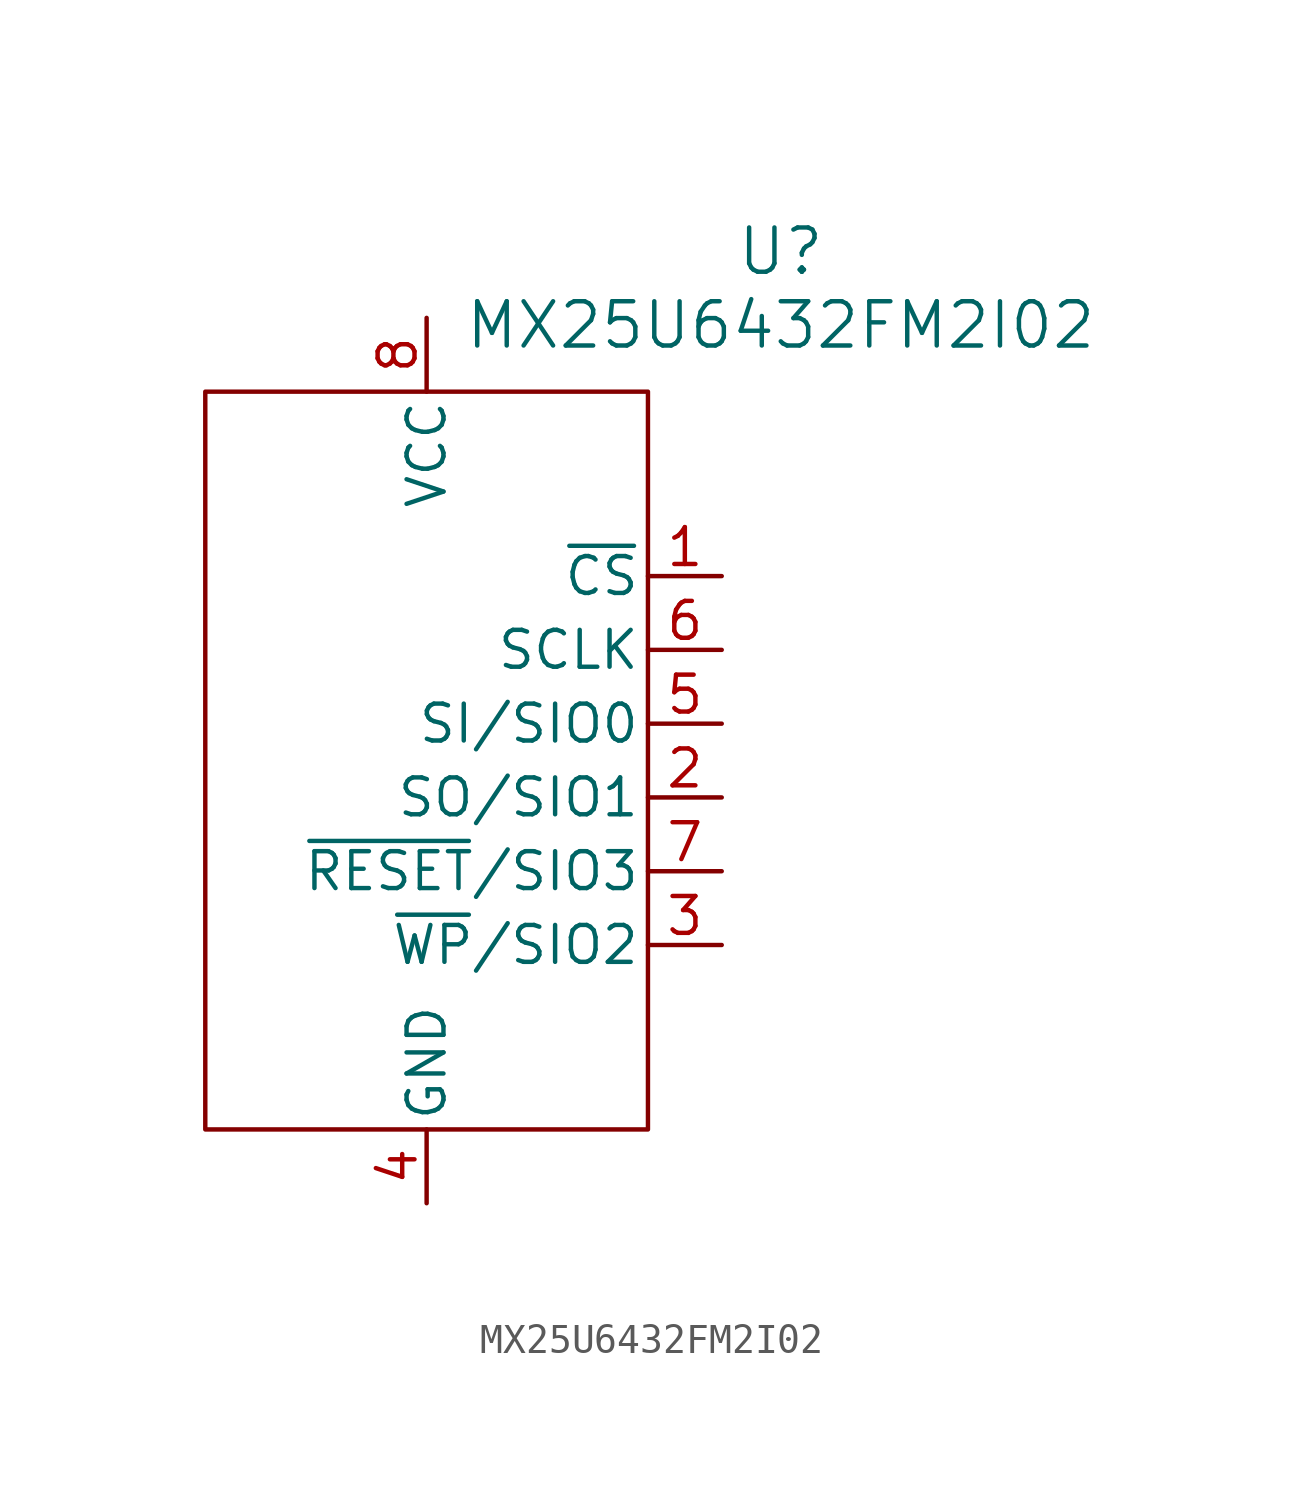
<source format=kicad_sym>
(kicad_symbol_lib
  (version 20231120)
  (generator "kicad_symbol_editor")
  (generator_version "8.0")
  (symbol "MX25U6432FM2I02"
    (pin_names
      (offset 0.254))
    (property "Reference" "U"
      (at 12.192 17.526 0)
      (effects (font (size 1.524 1.524))))
    (property "Value" "MX25U6432FM2I02"
      (at 12.192 14.986 0)
      (effects (font (size 1.524 1.524))))
    (property "ki_locked" ""
      (at 0 0 0)
      (effects (font (size 1.27 1.27))))
    (symbol "MX25U6432FM2I02_0_1"
      (pin bidirectional line (at 10.16 -1.27 180) (length 2.54) (name "SO/SIO1" (effects (font (size 1.27 1.27)))) (number "2" (effects (font (size 1.27 1.27)))))
      (pin power_out line (at 0 -15.24 90) (length 2.54) (name "GND" (effects (font (size 1.27 1.27)))) (number "4" (effects (font (size 1.27 1.27)))))
      (pin bidirectional line (at 10.16 1.27 180) (length 2.54) (name "SI/SIO0" (effects (font (size 1.27 1.27)))) (number "5" (effects (font (size 1.27 1.27)))))
      (pin input line (at 10.16 3.81 180) (length 2.54) (name "SCLK" (effects (font (size 1.27 1.27)))) (number "6" (effects (font (size 1.27 1.27)))))
      (pin power_in line (at 0 15.24 270) (length 2.54) (name "VCC" (effects (font (size 1.27 1.27)))) (number "8" (effects (font (size 1.27 1.27))))))
    (symbol "MX25U6432FM2I02_1_1"
      (rectangle (start -7.62 12.7) (end 7.62 -12.7) (stroke (width 0) (type default)) (fill (type none)))
      (pin input line (at 10.16 6.35 180) (length 2.54) (name "~{CS}" (effects (font (size 1.27 1.27)))) (number "1" (effects (font (size 1.27 1.27)))))
      (pin bidirectional line (at 10.16 -6.35 180) (length 2.54) (name "~{WP}/SIO2" (effects (font (size 1.27 1.27)))) (number "3" (effects (font (size 1.27 1.27)))))
      (pin bidirectional line (at 10.16 -3.81 180) (length 2.54) (name "~{RESET}/SIO3" (effects (font (size 1.27 1.27)))) (number "7" (effects (font (size 1.27 1.27))))))))
</source>
